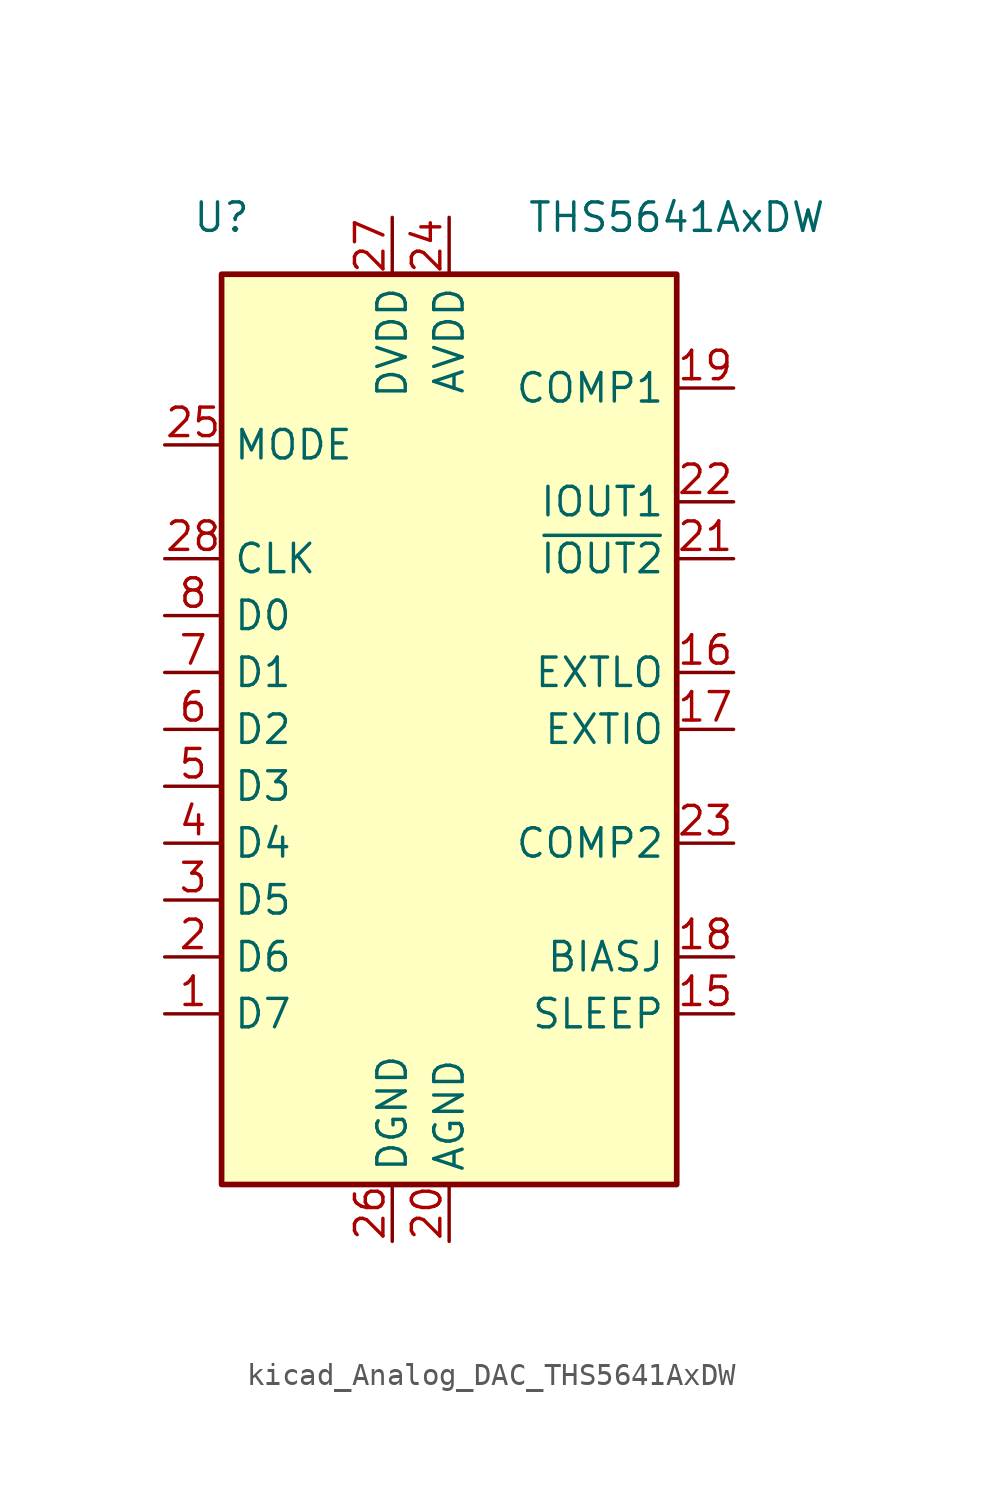
<source format=kicad_sym>
(kicad_symbol_lib
  (version 20220914)
  (generator kicad_symbol_editor)
  (symbol "kicad_Analog_DAC_THS5641AxDW"
    (property "Reference" "U"
      (at -10.16 22.86 0)
      (effects (font (size 1.27 1.27))))
    (property "Value" "THS5641AxDW"
      (at 10.16 22.86 0)
      (effects (font (size 1.27 1.27))))
    (symbol "kicad_Analog_DAC_THS5641AxDW_0_1"
      (rectangle (start -10.16 20.32) (end 10.16 -20.32) (stroke (width 0.254) (type default)) (fill (type background))))
    (symbol "kicad_Analog_DAC_THS5641AxDW_1_1"
      (pin input line (at -12.7 -12.7 0) (length 2.54) (name "D7" (effects (font (size 1.27 1.27)))) (number "1" (effects (font (size 1.27 1.27)))))
      (pin no_connect line (at -10.16 -17.78 0) (length 2.54) hide (name "NC" (effects (font (size 1.27 1.27)))) (number "10" (effects (font (size 1.27 1.27)))))
      (pin no_connect line (at 10.16 -17.78 180) (length 2.54) hide (name "NC" (effects (font (size 1.27 1.27)))) (number "11" (effects (font (size 1.27 1.27)))))
      (pin no_connect line (at 10.16 -15.24 180) (length 2.54) hide (name "NC" (effects (font (size 1.27 1.27)))) (number "12" (effects (font (size 1.27 1.27)))))
      (pin no_connect line (at 10.16 12.7 180) (length 2.54) hide (name "NC" (effects (font (size 1.27 1.27)))) (number "13" (effects (font (size 1.27 1.27)))))
      (pin no_connect line (at 10.16 17.78 180) (length 2.54) hide (name "NC" (effects (font (size 1.27 1.27)))) (number "14" (effects (font (size 1.27 1.27)))))
      (pin input line (at 12.7 -12.7 180) (length 2.54) (name "SLEEP" (effects (font (size 1.27 1.27)))) (number "15" (effects (font (size 1.27 1.27)))))
      (pin bidirectional line (at 12.7 2.54 180) (length 2.54) (name "EXTLO" (effects (font (size 1.27 1.27)))) (number "16" (effects (font (size 1.27 1.27)))))
      (pin bidirectional line (at 12.7 0 180) (length 2.54) (name "EXTIO" (effects (font (size 1.27 1.27)))) (number "17" (effects (font (size 1.27 1.27)))))
      (pin passive line (at 12.7 -10.16 180) (length 2.54) (name "BIASJ" (effects (font (size 1.27 1.27)))) (number "18" (effects (font (size 1.27 1.27)))))
      (pin input line (at 12.7 15.24 180) (length 2.54) (name "COMP1" (effects (font (size 1.27 1.27)))) (number "19" (effects (font (size 1.27 1.27)))))
      (pin input line (at -12.7 -10.16 0) (length 2.54) (name "D6" (effects (font (size 1.27 1.27)))) (number "2" (effects (font (size 1.27 1.27)))))
      (pin power_in line (at 0 -22.86 90) (length 2.54) (name "AGND" (effects (font (size 1.27 1.27)))) (number "20" (effects (font (size 1.27 1.27)))))
      (pin output line (at 12.7 7.62 180) (length 2.54) (name "~{IOUT2}" (effects (font (size 1.27 1.27)))) (number "21" (effects (font (size 1.27 1.27)))))
      (pin output line (at 12.7 10.16 180) (length 2.54) (name "IOUT1" (effects (font (size 1.27 1.27)))) (number "22" (effects (font (size 1.27 1.27)))))
      (pin input line (at 12.7 -5.08 180) (length 2.54) (name "COMP2" (effects (font (size 1.27 1.27)))) (number "23" (effects (font (size 1.27 1.27)))))
      (pin power_in line (at 0 22.86 270) (length 2.54) (name "AVDD" (effects (font (size 1.27 1.27)))) (number "24" (effects (font (size 1.27 1.27)))))
      (pin input line (at -12.7 12.7 0) (length 2.54) (name "MODE" (effects (font (size 1.27 1.27)))) (number "25" (effects (font (size 1.27 1.27)))))
      (pin power_in line (at -2.54 -22.86 90) (length 2.54) (name "DGND" (effects (font (size 1.27 1.27)))) (number "26" (effects (font (size 1.27 1.27)))))
      (pin power_in line (at -2.54 22.86 270) (length 2.54) (name "DVDD" (effects (font (size 1.27 1.27)))) (number "27" (effects (font (size 1.27 1.27)))))
      (pin input line (at -12.7 7.62 0) (length 2.54) (name "CLK" (effects (font (size 1.27 1.27)))) (number "28" (effects (font (size 1.27 1.27)))))
      (pin input line (at -12.7 -7.62 0) (length 2.54) (name "D5" (effects (font (size 1.27 1.27)))) (number "3" (effects (font (size 1.27 1.27)))))
      (pin input line (at -12.7 -5.08 0) (length 2.54) (name "D4" (effects (font (size 1.27 1.27)))) (number "4" (effects (font (size 1.27 1.27)))))
      (pin input line (at -12.7 -2.54 0) (length 2.54) (name "D3" (effects (font (size 1.27 1.27)))) (number "5" (effects (font (size 1.27 1.27)))))
      (pin input line (at -12.7 0 0) (length 2.54) (name "D2" (effects (font (size 1.27 1.27)))) (number "6" (effects (font (size 1.27 1.27)))))
      (pin input line (at -12.7 2.54 0) (length 2.54) (name "D1" (effects (font (size 1.27 1.27)))) (number "7" (effects (font (size 1.27 1.27)))))
      (pin input line (at -12.7 5.08 0) (length 2.54) (name "D0" (effects (font (size 1.27 1.27)))) (number "8" (effects (font (size 1.27 1.27)))))
      (pin no_connect line (at -10.16 -15.24 0) (length 2.54) hide (name "NC" (effects (font (size 1.27 1.27)))) (number "9" (effects (font (size 1.27 1.27))))))))
</source>
